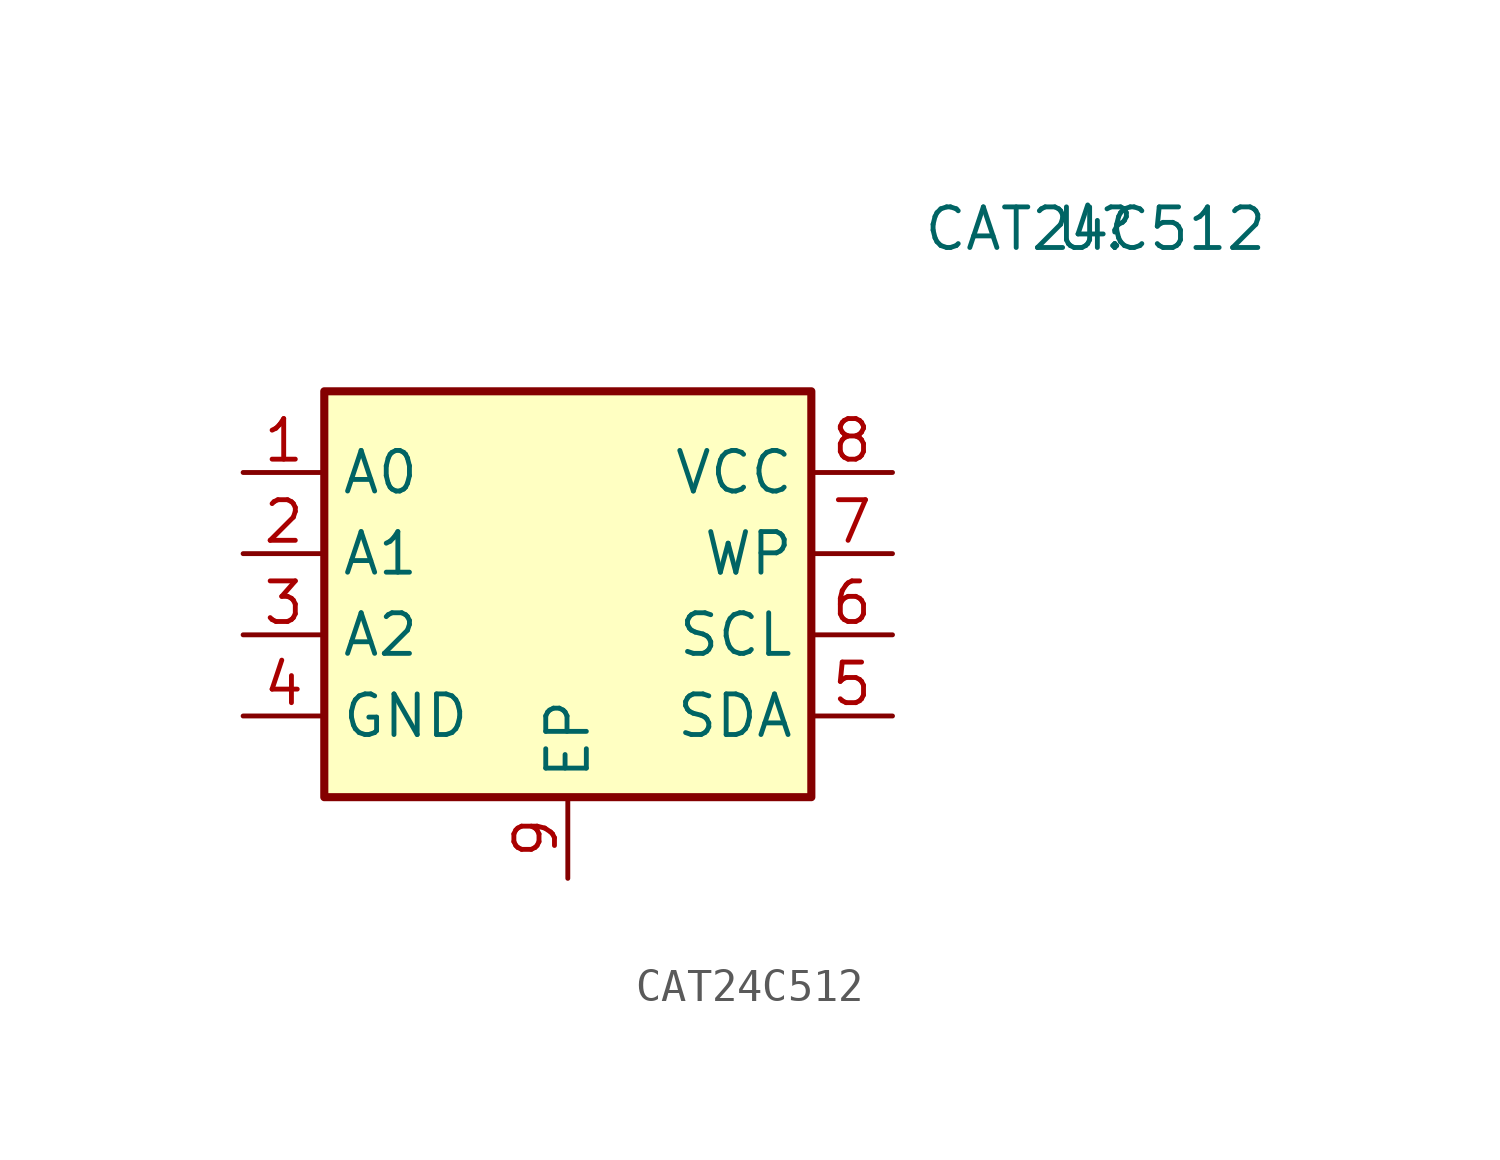
<source format=kicad_sym>
(kicad_symbol_lib
  (version 20220914)
  (generator kicad_symbol_editor)
  (symbol "CAT24C512"
    (property "Reference" "U"
      (at 16.51 11.43 0)
      (effects (font (size 1.27 1.27))))
    (property "Value" "CAT24C512"
      (at 16.51 11.43 0)
      (effects (font (size 1.27 1.27))))
    (symbol "CAT24C512_1_1"
      (rectangle (start -7.62 6.35) (end 7.62 -6.35) (stroke (width 0.254) (type default)) (fill (type background)))
      (pin input line (at -10.16 3.81 0) (length 2.54) (name "A0" (effects (font (size 1.27 1.27)))) (number "1" (effects (font (size 1.27 1.27)))))
      (pin input line (at -10.16 1.27 0) (length 2.54) (name "A1" (effects (font (size 1.27 1.27)))) (number "2" (effects (font (size 1.27 1.27)))))
      (pin input line (at -10.16 -1.27 0) (length 2.54) (name "A2" (effects (font (size 1.27 1.27)))) (number "3" (effects (font (size 1.27 1.27)))))
      (pin power_in line (at -10.16 -3.81 0) (length 2.54) (name "GND" (effects (font (size 1.27 1.27)))) (number "4" (effects (font (size 1.27 1.27)))))
      (pin bidirectional line (at 10.16 -3.81 180) (length 2.54) (name "SDA" (effects (font (size 1.27 1.27)))) (number "5" (effects (font (size 1.27 1.27)))))
      (pin input line (at 10.16 -1.27 180) (length 2.54) (name "SCL" (effects (font (size 1.27 1.27)))) (number "6" (effects (font (size 1.27 1.27)))))
      (pin input line (at 10.16 1.27 180) (length 2.54) (name "WP" (effects (font (size 1.27 1.27)))) (number "7" (effects (font (size 1.27 1.27)))))
      (pin power_in line (at 10.16 3.81 180) (length 2.54) (name "VCC" (effects (font (size 1.27 1.27)))) (number "8" (effects (font (size 1.27 1.27)))))
      (pin power_in line (at 0 -8.89 90) (length 2.54) (name "EP" (effects (font (size 1.27 1.27)))) (number "9" (effects (font (size 1.27 1.27))))))))
</source>
